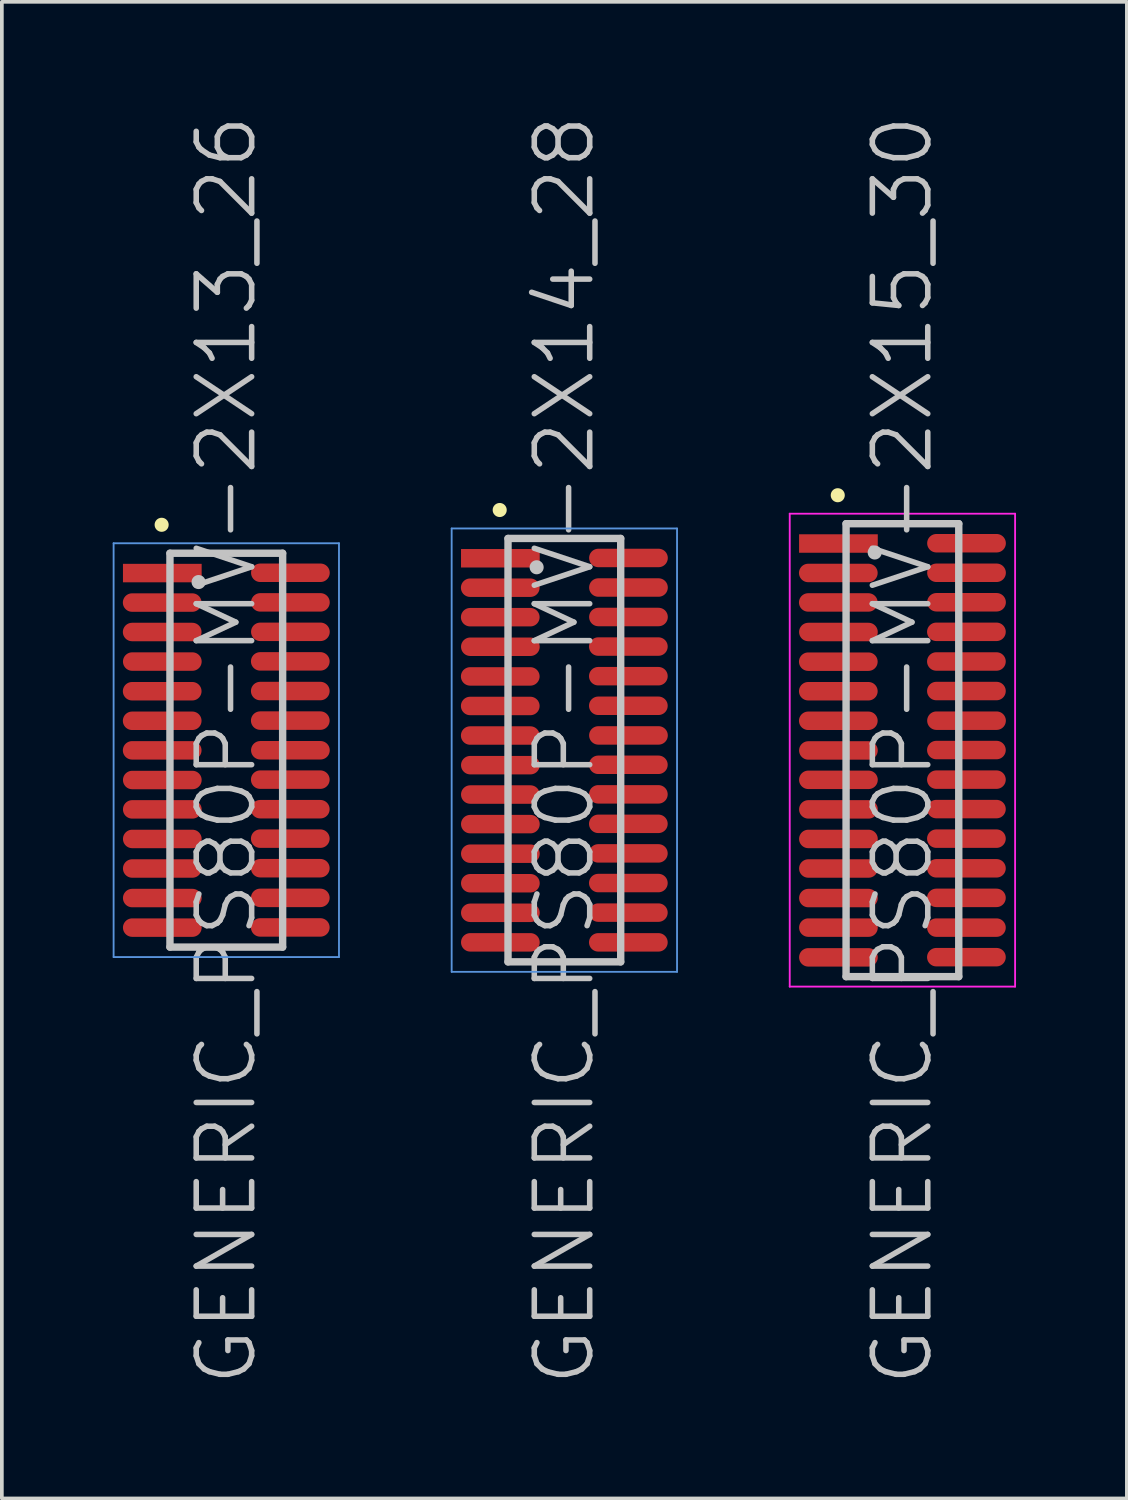
<source format=kicad_pcb>
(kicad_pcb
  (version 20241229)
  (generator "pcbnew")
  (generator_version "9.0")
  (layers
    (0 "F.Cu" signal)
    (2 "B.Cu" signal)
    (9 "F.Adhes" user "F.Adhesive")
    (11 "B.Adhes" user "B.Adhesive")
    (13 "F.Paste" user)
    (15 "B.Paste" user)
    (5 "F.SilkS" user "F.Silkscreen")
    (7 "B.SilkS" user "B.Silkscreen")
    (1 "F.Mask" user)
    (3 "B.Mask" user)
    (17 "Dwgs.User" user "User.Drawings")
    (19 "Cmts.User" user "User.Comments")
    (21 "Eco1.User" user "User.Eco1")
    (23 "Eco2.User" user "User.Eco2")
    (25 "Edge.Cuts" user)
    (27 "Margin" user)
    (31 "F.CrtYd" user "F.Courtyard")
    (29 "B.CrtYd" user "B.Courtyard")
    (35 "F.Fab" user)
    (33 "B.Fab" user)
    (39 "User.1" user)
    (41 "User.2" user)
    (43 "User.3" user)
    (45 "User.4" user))
  (footprint "GENERIC_PS80P-MV-2X15_30"
    (layer "F.Cu")
    (at 21.375 17.254)
    (property "Reference" "GENERIC_PS80P-MV-2X15_30" (at 0 0 90) (layer "Dwgs.User") (effects (font (size 1.5 1.5) (thickness 0.15))))
    (attr smd)
    (fp_line (start -1.75 -6.9) (end -1.75 -6.9) (stroke (width 0.381) (type solid)) (layer "F.SilkS"))
    (fp_line (start -1.525 -6.13) (end -1.525 6.13) (stroke (width 0.2) (type solid)) (layer "Dwgs.User"))
    (fp_line (start -1.525 -6.13) (end 1.525 -6.13) (stroke (width 0.2) (type solid)) (layer "Dwgs.User"))
    (fp_line (start -1.525 6.13) (end 1.525 6.13) (stroke (width 0.2) (type solid)) (layer "Dwgs.User"))
    (fp_line (start -0.75 -5.35) (end -0.75 -5.35) (stroke (width 0.381) (type solid)) (layer "Dwgs.User"))
    (fp_line (start 1.525 -6.13) (end 1.525 6.13) (stroke (width 0.2) (type solid)) (layer "Dwgs.User"))
    (fp_line (start -3.05 -6.4) (end -3.05 6.4) (stroke (width 0.05) (type solid)) (layer "F.CrtYd"))
    (fp_line (start -3.05 -6.4) (end 3.05 -6.4) (stroke (width 0.05) (type solid)) (layer "F.CrtYd"))
    (fp_line (start -3.05 6.4) (end 3.05 6.4) (stroke (width 0.05) (type solid)) (layer "F.CrtYd"))
    (fp_line (start 3.05 -6.4) (end 3.05 6.4) (stroke (width 0.05) (type solid)) (layer "F.CrtYd"))
    (pad "1" smd rect (at -1.732 -5.593 270) (size 0.5 2.13) (layers "F.Cu" "F.Mask" "F.Paste"))
    (pad "2" smd oval (at 1.735 -5.601 270) (size 0.5 2.13) (layers "F.Cu" "F.Mask" "F.Paste"))
    (pad "3" smd oval (at -1.735 -4.796 270) (size 0.5 2.13) (layers "F.Cu" "F.Mask" "F.Paste"))
    (pad "4" smd oval (at 1.735 -4.801 270) (size 0.5 2.13) (layers "F.Cu" "F.Mask" "F.Paste"))
    (pad "5" smd oval (at -1.735 -3.998 270) (size 0.5 2.13) (layers "F.Cu" "F.Mask" "F.Paste"))
    (pad "6" smd oval (at 1.735 -4.003 270) (size 0.5 2.13) (layers "F.Cu" "F.Mask" "F.Paste"))
    (pad "7" smd oval (at -1.732 -3.198 270) (size 0.5 2.13) (layers "F.Cu" "F.Mask" "F.Paste"))
    (pad "8" smd oval (at 1.732 -3.203 270) (size 0.5 2.13) (layers "F.Cu" "F.Mask" "F.Paste"))
    (pad "9" smd oval (at -1.735 -2.395 270) (size 0.5 2.13) (layers "F.Cu" "F.Mask" "F.Paste"))
    (pad "10" smd oval (at 1.732 -2.4 270) (size 0.5 2.13) (layers "F.Cu" "F.Mask" "F.Paste"))
    (pad "11" smd oval (at -1.735 -1.595 270) (size 0.5 2.13) (layers "F.Cu" "F.Mask" "F.Paste"))
    (pad "12" smd oval (at 1.732 -1.6 270) (size 0.5 2.13) (layers "F.Cu" "F.Mask" "F.Paste"))
    (pad "13" smd oval (at -1.735 -0.795 270) (size 0.5 2.13) (layers "F.Cu" "F.Mask" "F.Paste"))
    (pad "14" smd oval (at 1.735 -0.798 270) (size 0.5 2.13) (layers "F.Cu" "F.Mask" "F.Paste"))
    (pad "15" smd oval (at -1.732 0.008 270) (size 0.5 2.13) (layers "F.Cu" "F.Mask" "F.Paste"))
    (pad "16" smd oval (at 1.732 -0.003 270) (size 0.5 2.13) (layers "F.Cu" "F.Mask" "F.Paste"))
    (pad "17" smd oval (at -1.732 0.803 270) (size 0.5 2.13) (layers "F.Cu" "F.Mask" "F.Paste"))
    (pad "18" smd oval (at 1.732 0.798 270) (size 0.5 2.13) (layers "F.Cu" "F.Mask" "F.Paste"))
    (pad "19" smd oval (at -1.732 1.603 270) (size 0.5 2.13) (layers "F.Cu" "F.Mask" "F.Paste"))
    (pad "20" smd oval (at 1.732 1.595 270) (size 0.5 2.13) (layers "F.Cu" "F.Mask" "F.Paste"))
    (pad "21" smd oval (at -1.732 2.403 270) (size 0.5 2.13) (layers "F.Cu" "F.Mask" "F.Paste"))
    (pad "22" smd oval (at 1.732 2.395 270) (size 0.5 2.13) (layers "F.Cu" "F.Mask" "F.Paste"))
    (pad "23" smd oval (at -1.732 3.203 270) (size 0.5 2.13) (layers "F.Cu" "F.Mask" "F.Paste"))
    (pad "24" smd oval (at 1.732 3.198 270) (size 0.5 2.13) (layers "F.Cu" "F.Mask" "F.Paste"))
    (pad "25" smd oval (at -1.732 4.003 270) (size 0.5 2.13) (layers "F.Cu" "F.Mask" "F.Paste"))
    (pad "26" smd oval (at 1.732 3.998 270) (size 0.5 2.13) (layers "F.Cu" "F.Mask" "F.Paste"))
    (pad "27" smd oval (at -1.732 4.803 270) (size 0.5 2.13) (layers "F.Cu" "F.Mask" "F.Paste"))
    (pad "28" smd oval (at 1.732 4.803 270) (size 0.5 2.13) (layers "F.Cu" "F.Mask" "F.Paste"))
    (pad "29" smd oval (at -1.732 5.608 270) (size 0.5 2.13) (layers "F.Cu" "F.Mask" "F.Paste"))
    (pad "30" smd oval (at 1.732 5.603 270) (size 0.5 2.13) (layers "F.Cu" "F.Mask" "F.Paste")))
  (footprint "GENERIC_PS80P-MV-2X14_28"
    (layer "F.Cu")
    (at 12.225 17.254)
    (property "Reference" "GENERIC_PS80P-MV-2X14_28" (at 0 0 90) (layer "Dwgs.User") (effects (font (size 1.5 1.5) (thickness 0.15))))
    (attr smd)
    (fp_line (start -1.75 -6.5) (end -1.75 -6.5) (stroke (width 0.381) (type solid)) (layer "F.SilkS"))
    (fp_line (start -1.525 -5.73) (end -1.525 5.73) (stroke (width 0.2) (type solid)) (layer "Dwgs.User"))
    (fp_line (start -1.525 -5.73) (end 1.525 -5.73) (stroke (width 0.2) (type solid)) (layer "Dwgs.User"))
    (fp_line (start -1.525 5.73) (end 1.525 5.73) (stroke (width 0.2) (type solid)) (layer "Dwgs.User"))
    (fp_line (start -0.75 -4.95) (end -0.75 -4.95) (stroke (width 0.381) (type solid)) (layer "Dwgs.User"))
    (fp_line (start 1.525 -5.73) (end 1.525 5.73) (stroke (width 0.2) (type solid)) (layer "Dwgs.User"))
    (fp_line (start -3.05 -6) (end -3.05 6) (stroke (width 0.05) (type solid)) (layer "Cmts.User"))
    (fp_line (start -3.05 -6) (end 3.05 -6) (stroke (width 0.05) (type solid)) (layer "Cmts.User"))
    (fp_line (start -3.05 6) (end 3.05 6) (stroke (width 0.05) (type solid)) (layer "Cmts.User"))
    (fp_line (start 3.05 -6) (end 3.05 6) (stroke (width 0.05) (type solid)) (layer "Cmts.User"))
    (pad "1" smd rect (at -1.732 -5.194 270) (size 0.5 2.13) (layers "F.Cu" "F.Mask" "F.Paste"))
    (pad "2" smd oval (at 1.735 -5.202 270) (size 0.5 2.13) (layers "F.Cu" "F.Mask" "F.Paste"))
    (pad "3" smd oval (at -1.735 -4.397 270) (size 0.5 2.13) (layers "F.Cu" "F.Mask" "F.Paste"))
    (pad "4" smd oval (at 1.735 -4.402 270) (size 0.5 2.13) (layers "F.Cu" "F.Mask" "F.Paste"))
    (pad "5" smd oval (at -1.735 -3.599 270) (size 0.5 2.13) (layers "F.Cu" "F.Mask" "F.Paste"))
    (pad "6" smd oval (at 1.735 -3.604 270) (size 0.5 2.13) (layers "F.Cu" "F.Mask" "F.Paste"))
    (pad "7" smd oval (at -1.732 -2.799 270) (size 0.5 2.13) (layers "F.Cu" "F.Mask" "F.Paste"))
    (pad "8" smd oval (at 1.732 -2.804 270) (size 0.5 2.13) (layers "F.Cu" "F.Mask" "F.Paste"))
    (pad "9" smd oval (at -1.735 -1.996 270) (size 0.5 2.13) (layers "F.Cu" "F.Mask" "F.Paste"))
    (pad "10" smd oval (at 1.732 -2.002 270) (size 0.5 2.13) (layers "F.Cu" "F.Mask" "F.Paste"))
    (pad "11" smd oval (at -1.735 -1.196 270) (size 0.5 2.13) (layers "F.Cu" "F.Mask" "F.Paste"))
    (pad "12" smd oval (at 1.732 -1.201 270) (size 0.5 2.13) (layers "F.Cu" "F.Mask" "F.Paste"))
    (pad "13" smd oval (at -1.735 -0.396 270) (size 0.5 2.13) (layers "F.Cu" "F.Mask" "F.Paste"))
    (pad "14" smd oval (at 1.735 -0.399 270) (size 0.5 2.13) (layers "F.Cu" "F.Mask" "F.Paste"))
    (pad "15" smd oval (at -1.732 0.406 270) (size 0.5 2.13) (layers "F.Cu" "F.Mask" "F.Paste"))
    (pad "16" smd oval (at 1.732 0.396 270) (size 0.5 2.13) (layers "F.Cu" "F.Mask" "F.Paste"))
    (pad "17" smd oval (at -1.732 1.201 270) (size 0.5 2.13) (layers "F.Cu" "F.Mask" "F.Paste"))
    (pad "18" smd oval (at 1.732 1.196 270) (size 0.5 2.13) (layers "F.Cu" "F.Mask" "F.Paste"))
    (pad "19" smd oval (at -1.732 2.002 270) (size 0.5 2.13) (layers "F.Cu" "F.Mask" "F.Paste"))
    (pad "20" smd oval (at 1.732 1.994 270) (size 0.5 2.13) (layers "F.Cu" "F.Mask" "F.Paste"))
    (pad "21" smd oval (at -1.732 2.802 270) (size 0.5 2.13) (layers "F.Cu" "F.Mask" "F.Paste"))
    (pad "22" smd oval (at 1.732 2.794 270) (size 0.5 2.13) (layers "F.Cu" "F.Mask" "F.Paste"))
    (pad "23" smd oval (at -1.732 3.602 270) (size 0.5 2.13) (layers "F.Cu" "F.Mask" "F.Paste"))
    (pad "24" smd oval (at 1.732 3.597 270) (size 0.5 2.13) (layers "F.Cu" "F.Mask" "F.Paste"))
    (pad "25" smd oval (at -1.732 4.402 270) (size 0.5 2.13) (layers "F.Cu" "F.Mask" "F.Paste"))
    (pad "26" smd oval (at 1.732 4.397 270) (size 0.5 2.13) (layers "F.Cu" "F.Mask" "F.Paste"))
    (pad "27" smd oval (at -1.732 5.202 270) (size 0.5 2.13) (layers "F.Cu" "F.Mask" "F.Paste"))
    (pad "28" smd oval (at 1.732 5.202 270) (size 0.5 2.13) (layers "F.Cu" "F.Mask" "F.Paste")))
  (footprint "GENERIC_PS80P-MV-2X13_26"
    (layer "F.Cu")
    (at 3.075 17.254)
    (property "Reference" "GENERIC_PS80P-MV-2X13_26" (at 0 0 90) (layer "Dwgs.User") (effects (font (size 1.5 1.5) (thickness 0.15))))
    (attr smd)
    (fp_line (start -1.75 -6.1) (end -1.75 -6.1) (stroke (width 0.381) (type solid)) (layer "F.SilkS"))
    (fp_line (start -1.525 -5.33) (end -1.525 5.33) (stroke (width 0.2) (type solid)) (layer "Dwgs.User"))
    (fp_line (start -1.525 -5.33) (end 1.525 -5.33) (stroke (width 0.2) (type solid)) (layer "Dwgs.User"))
    (fp_line (start -1.525 5.33) (end 1.525 5.33) (stroke (width 0.2) (type solid)) (layer "Dwgs.User"))
    (fp_line (start -0.75 -4.55) (end -0.75 -4.55) (stroke (width 0.381) (type solid)) (layer "Dwgs.User"))
    (fp_line (start 1.525 -5.33) (end 1.525 5.33) (stroke (width 0.2) (type solid)) (layer "Dwgs.User"))
    (fp_line (start -3.05 -5.6) (end -3.05 5.6) (stroke (width 0.05) (type solid)) (layer "Cmts.User"))
    (fp_line (start -3.05 -5.6) (end 3.05 -5.6) (stroke (width 0.05) (type solid)) (layer "Cmts.User"))
    (fp_line (start -3.05 5.6) (end 3.05 5.6) (stroke (width 0.05) (type solid)) (layer "Cmts.User"))
    (fp_line (start 3.05 -5.6) (end 3.05 5.6) (stroke (width 0.05) (type solid)) (layer "Cmts.User"))
    (pad "1" smd rect (at -1.732 -4.793 270) (size 0.5 2.13) (layers "F.Cu" "F.Mask" "F.Paste"))
    (pad "2" smd oval (at 1.735 -4.801 270) (size 0.5 2.13) (layers "F.Cu" "F.Mask" "F.Paste"))
    (pad "3" smd oval (at -1.735 -3.995 270) (size 0.5 2.13) (layers "F.Cu" "F.Mask" "F.Paste"))
    (pad "4" smd oval (at 1.735 -4 270) (size 0.5 2.13) (layers "F.Cu" "F.Mask" "F.Paste"))
    (pad "5" smd oval (at -1.735 -3.198 270) (size 0.5 2.13) (layers "F.Cu" "F.Mask" "F.Paste"))
    (pad "6" smd oval (at 1.735 -3.203 270) (size 0.5 2.13) (layers "F.Cu" "F.Mask" "F.Paste"))
    (pad "7" smd oval (at -1.732 -2.398 270) (size 0.5 2.13) (layers "F.Cu" "F.Mask" "F.Paste"))
    (pad "8" smd oval (at 1.732 -2.403 270) (size 0.5 2.13) (layers "F.Cu" "F.Mask" "F.Paste"))
    (pad "9" smd oval (at -1.735 -1.595 270) (size 0.5 2.13) (layers "F.Cu" "F.Mask" "F.Paste"))
    (pad "10" smd oval (at 1.732 -1.6 270) (size 0.5 2.13) (layers "F.Cu" "F.Mask" "F.Paste"))
    (pad "11" smd oval (at -1.735 -0.795 270) (size 0.5 2.13) (layers "F.Cu" "F.Mask" "F.Paste"))
    (pad "12" smd oval (at 1.732 -0.8 270) (size 0.5 2.13) (layers "F.Cu" "F.Mask" "F.Paste"))
    (pad "13" smd oval (at -1.735 0.005 270) (size 0.5 2.13) (layers "F.Cu" "F.Mask" "F.Paste"))
    (pad "14" smd oval (at 1.735 0.003 270) (size 0.5 2.13) (layers "F.Cu" "F.Mask" "F.Paste"))
    (pad "15" smd oval (at -1.732 0.808 270) (size 0.5 2.13) (layers "F.Cu" "F.Mask" "F.Paste"))
    (pad "16" smd oval (at 1.732 0.798 270) (size 0.5 2.13) (layers "F.Cu" "F.Mask" "F.Paste"))
    (pad "17" smd oval (at -1.732 1.603 270) (size 0.5 2.13) (layers "F.Cu" "F.Mask" "F.Paste"))
    (pad "18" smd oval (at 1.732 1.598 270) (size 0.5 2.13) (layers "F.Cu" "F.Mask" "F.Paste"))
    (pad "19" smd oval (at -1.732 2.403 270) (size 0.5 2.13) (layers "F.Cu" "F.Mask" "F.Paste"))
    (pad "20" smd oval (at 1.732 2.395 270) (size 0.5 2.13) (layers "F.Cu" "F.Mask" "F.Paste"))
    (pad "21" smd oval (at -1.732 3.203 270) (size 0.5 2.13) (layers "F.Cu" "F.Mask" "F.Paste"))
    (pad "22" smd oval (at 1.732 3.195 270) (size 0.5 2.13) (layers "F.Cu" "F.Mask" "F.Paste"))
    (pad "23" smd oval (at -1.732 4.003 270) (size 0.5 2.13) (layers "F.Cu" "F.Mask" "F.Paste"))
    (pad "24" smd oval (at 1.732 3.998 270) (size 0.5 2.13) (layers "F.Cu" "F.Mask" "F.Paste"))
    (pad "25" smd oval (at -1.732 4.803 270) (size 0.5 2.13) (layers "F.Cu" "F.Mask" "F.Paste"))
    (pad "26" smd oval (at 1.732 4.798 270) (size 0.5 2.13) (layers "F.Cu" "F.Mask" "F.Paste")))
  (gr_rect
    (start -3 -3)
    (end 27.45 37.507)
    (stroke (width 0.1) (type default))
    (fill no)
    (layer "Edge.Cuts")))
</source>
